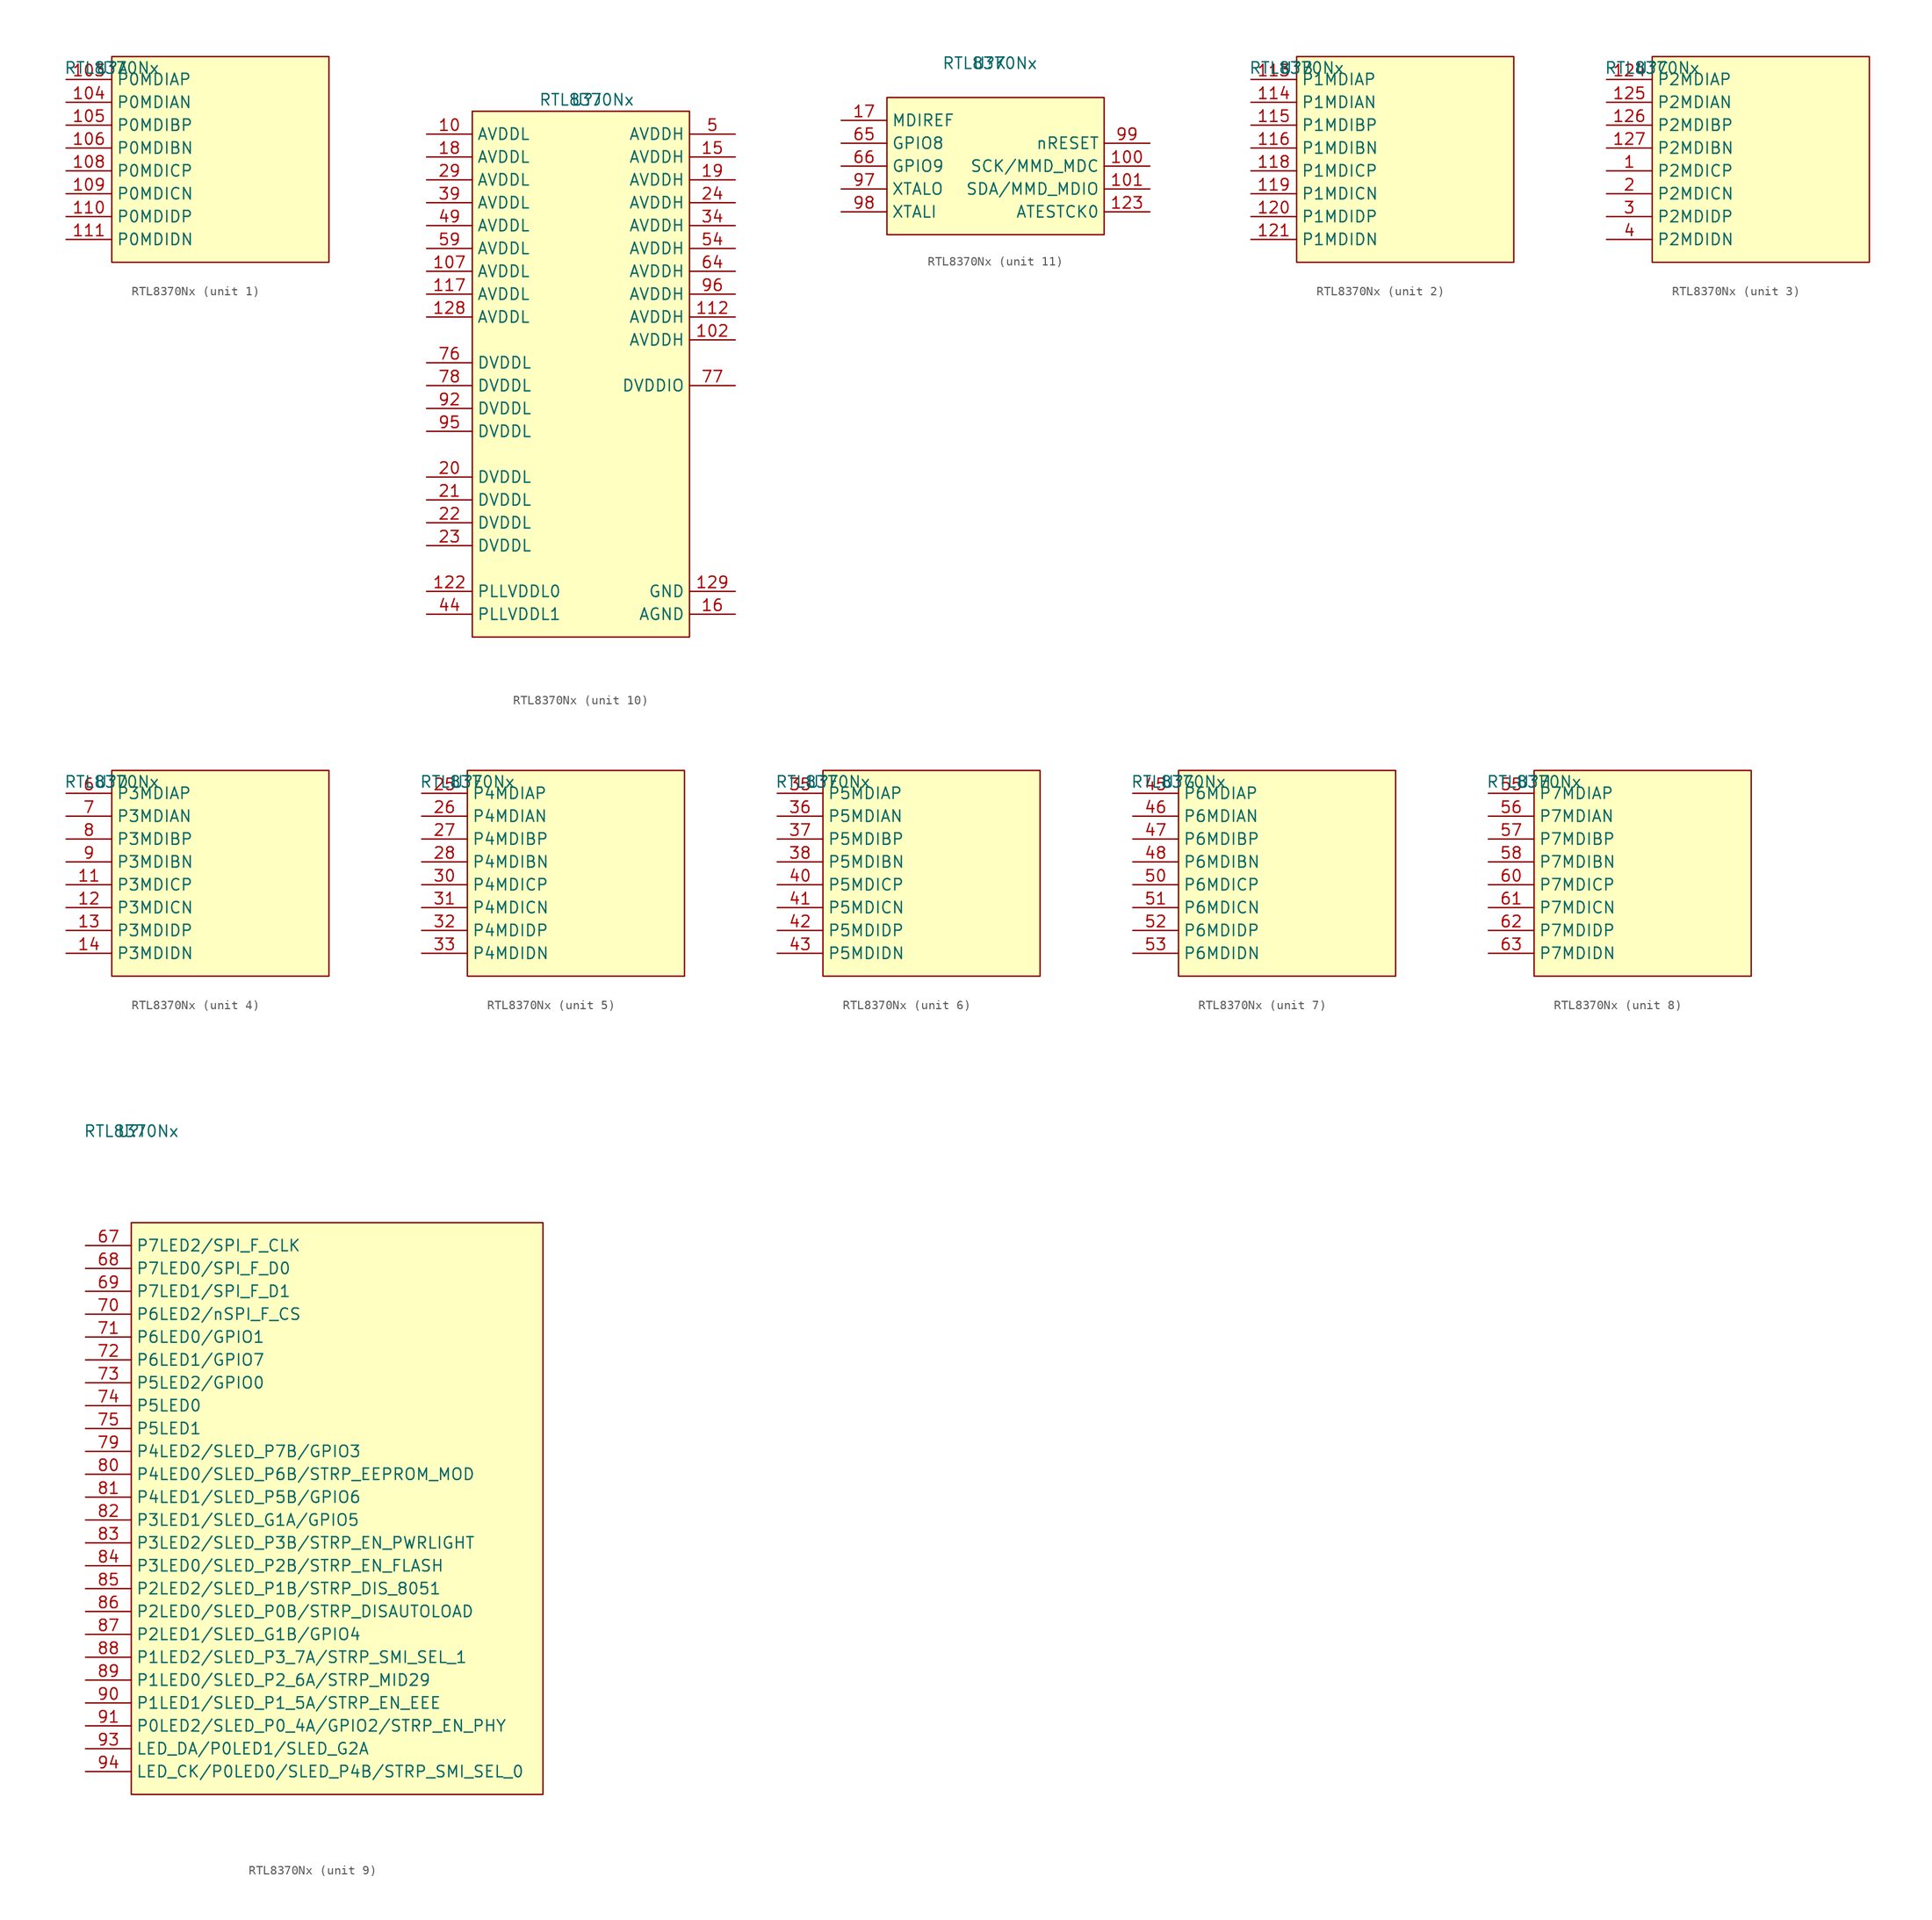
<source format=kicad_sym>
(kicad_symbol_lib
  (version 20231120)
  (generator "kicad_symbol_editor")
  (generator_version "8.0")
  (symbol "RTL8370Nx"
    (property "Reference" "U"
      (at 0 10.16 0)
      (effects (font (size 1.27 1.27))))
    (property "Value" "RTL8370Nx"
      (at 0 10.16 0)
      (effects (font (size 1.27 1.27))))
    (property "ki_locked" ""
      (at 0 0 0)
      (effects (font (size 1.27 1.27))))
    (symbol "RTL8370Nx_1_0"
      (pin bidirectional line (at -5.08 8.89 0) (length 5.08) (name "P0MDIAP" (effects (font (size 1.27 1.27)))) (number "103" (effects (font (size 1.27 1.27)))))
      (pin bidirectional line (at -5.08 6.35 0) (length 5.08) (name "P0MDIAN" (effects (font (size 1.27 1.27)))) (number "104" (effects (font (size 1.27 1.27)))))
      (pin bidirectional line (at -5.08 3.81 0) (length 5.08) (name "P0MDIBP" (effects (font (size 1.27 1.27)))) (number "105" (effects (font (size 1.27 1.27)))))
      (pin bidirectional line (at -5.08 1.27 0) (length 5.08) (name "P0MDIBN" (effects (font (size 1.27 1.27)))) (number "106" (effects (font (size 1.27 1.27)))))
      (pin bidirectional line (at -5.08 -1.27 0) (length 5.08) (name "P0MDICP" (effects (font (size 1.27 1.27)))) (number "108" (effects (font (size 1.27 1.27)))))
      (pin bidirectional line (at -5.08 -3.81 0) (length 5.08) (name "P0MDICN" (effects (font (size 1.27 1.27)))) (number "109" (effects (font (size 1.27 1.27)))))
      (pin bidirectional line (at -5.08 -6.35 0) (length 5.08) (name "P0MDIDP" (effects (font (size 1.27 1.27)))) (number "110" (effects (font (size 1.27 1.27)))))
      (pin bidirectional line (at -5.08 -8.89 0) (length 5.08) (name "P0MDIDN" (effects (font (size 1.27 1.27)))) (number "111" (effects (font (size 1.27 1.27))))))
    (symbol "RTL8370Nx_1_1"
      (rectangle (start 0 11.43) (end 24.13 -11.43) (stroke (width 0) (type default)) (fill (type background))))
    (symbol "RTL8370Nx_2_0"
      (pin bidirectional line (at -5.08 8.89 0) (length 5.08) (name "P1MDIAP" (effects (font (size 1.27 1.27)))) (number "113" (effects (font (size 1.27 1.27)))))
      (pin bidirectional line (at -5.08 6.35 0) (length 5.08) (name "P1MDIAN" (effects (font (size 1.27 1.27)))) (number "114" (effects (font (size 1.27 1.27)))))
      (pin bidirectional line (at -5.08 3.81 0) (length 5.08) (name "P1MDIBP" (effects (font (size 1.27 1.27)))) (number "115" (effects (font (size 1.27 1.27)))))
      (pin bidirectional line (at -5.08 1.27 0) (length 5.08) (name "P1MDIBN" (effects (font (size 1.27 1.27)))) (number "116" (effects (font (size 1.27 1.27)))))
      (pin bidirectional line (at -5.08 -1.27 0) (length 5.08) (name "P1MDICP" (effects (font (size 1.27 1.27)))) (number "118" (effects (font (size 1.27 1.27)))))
      (pin bidirectional line (at -5.08 -3.81 0) (length 5.08) (name "P1MDICN" (effects (font (size 1.27 1.27)))) (number "119" (effects (font (size 1.27 1.27)))))
      (pin bidirectional line (at -5.08 -6.35 0) (length 5.08) (name "P1MDIDP" (effects (font (size 1.27 1.27)))) (number "120" (effects (font (size 1.27 1.27)))))
      (pin bidirectional line (at -5.08 -8.89 0) (length 5.08) (name "P1MDIDN" (effects (font (size 1.27 1.27)))) (number "121" (effects (font (size 1.27 1.27))))))
    (symbol "RTL8370Nx_2_1"
      (rectangle (start 0 11.43) (end 24.13 -11.43) (stroke (width 0) (type default)) (fill (type background))))
    (symbol "RTL8370Nx_3_0"
      (pin bidirectional line (at -5.08 -1.27 0) (length 5.08) (name "P2MDICP" (effects (font (size 1.27 1.27)))) (number "1" (effects (font (size 1.27 1.27)))))
      (pin bidirectional line (at -5.08 8.89 0) (length 5.08) (name "P2MDIAP" (effects (font (size 1.27 1.27)))) (number "124" (effects (font (size 1.27 1.27)))))
      (pin bidirectional line (at -5.08 6.35 0) (length 5.08) (name "P2MDIAN" (effects (font (size 1.27 1.27)))) (number "125" (effects (font (size 1.27 1.27)))))
      (pin bidirectional line (at -5.08 3.81 0) (length 5.08) (name "P2MDIBP" (effects (font (size 1.27 1.27)))) (number "126" (effects (font (size 1.27 1.27)))))
      (pin bidirectional line (at -5.08 1.27 0) (length 5.08) (name "P2MDIBN" (effects (font (size 1.27 1.27)))) (number "127" (effects (font (size 1.27 1.27)))))
      (pin bidirectional line (at -5.08 -3.81 0) (length 5.08) (name "P2MDICN" (effects (font (size 1.27 1.27)))) (number "2" (effects (font (size 1.27 1.27)))))
      (pin bidirectional line (at -5.08 -6.35 0) (length 5.08) (name "P2MDIDP" (effects (font (size 1.27 1.27)))) (number "3" (effects (font (size 1.27 1.27)))))
      (pin bidirectional line (at -5.08 -8.89 0) (length 5.08) (name "P2MDIDN" (effects (font (size 1.27 1.27)))) (number "4" (effects (font (size 1.27 1.27))))))
    (symbol "RTL8370Nx_3_1"
      (rectangle (start 0 11.43) (end 24.13 -11.43) (stroke (width 0) (type default)) (fill (type background))))
    (symbol "RTL8370Nx_4_0"
      (pin bidirectional line (at -5.08 -1.27 0) (length 5.08) (name "P3MDICP" (effects (font (size 1.27 1.27)))) (number "11" (effects (font (size 1.27 1.27)))))
      (pin bidirectional line (at -5.08 -3.81 0) (length 5.08) (name "P3MDICN" (effects (font (size 1.27 1.27)))) (number "12" (effects (font (size 1.27 1.27)))))
      (pin bidirectional line (at -5.08 -6.35 0) (length 5.08) (name "P3MDIDP" (effects (font (size 1.27 1.27)))) (number "13" (effects (font (size 1.27 1.27)))))
      (pin bidirectional line (at -5.08 -8.89 0) (length 5.08) (name "P3MDIDN" (effects (font (size 1.27 1.27)))) (number "14" (effects (font (size 1.27 1.27)))))
      (pin bidirectional line (at -5.08 8.89 0) (length 5.08) (name "P3MDIAP" (effects (font (size 1.27 1.27)))) (number "6" (effects (font (size 1.27 1.27)))))
      (pin bidirectional line (at -5.08 6.35 0) (length 5.08) (name "P3MDIAN" (effects (font (size 1.27 1.27)))) (number "7" (effects (font (size 1.27 1.27)))))
      (pin bidirectional line (at -5.08 3.81 0) (length 5.08) (name "P3MDIBP" (effects (font (size 1.27 1.27)))) (number "8" (effects (font (size 1.27 1.27)))))
      (pin bidirectional line (at -5.08 1.27 0) (length 5.08) (name "P3MDIBN" (effects (font (size 1.27 1.27)))) (number "9" (effects (font (size 1.27 1.27))))))
    (symbol "RTL8370Nx_4_1"
      (rectangle (start 0 11.43) (end 24.13 -11.43) (stroke (width 0) (type default)) (fill (type background))))
    (symbol "RTL8370Nx_5_0"
      (pin bidirectional line (at -5.08 8.89 0) (length 5.08) (name "P4MDIAP" (effects (font (size 1.27 1.27)))) (number "25" (effects (font (size 1.27 1.27)))))
      (pin bidirectional line (at -5.08 6.35 0) (length 5.08) (name "P4MDIAN" (effects (font (size 1.27 1.27)))) (number "26" (effects (font (size 1.27 1.27)))))
      (pin bidirectional line (at -5.08 3.81 0) (length 5.08) (name "P4MDIBP" (effects (font (size 1.27 1.27)))) (number "27" (effects (font (size 1.27 1.27)))))
      (pin bidirectional line (at -5.08 1.27 0) (length 5.08) (name "P4MDIBN" (effects (font (size 1.27 1.27)))) (number "28" (effects (font (size 1.27 1.27)))))
      (pin bidirectional line (at -5.08 -1.27 0) (length 5.08) (name "P4MDICP" (effects (font (size 1.27 1.27)))) (number "30" (effects (font (size 1.27 1.27)))))
      (pin bidirectional line (at -5.08 -3.81 0) (length 5.08) (name "P4MDICN" (effects (font (size 1.27 1.27)))) (number "31" (effects (font (size 1.27 1.27)))))
      (pin bidirectional line (at -5.08 -6.35 0) (length 5.08) (name "P4MDIDP" (effects (font (size 1.27 1.27)))) (number "32" (effects (font (size 1.27 1.27)))))
      (pin bidirectional line (at -5.08 -8.89 0) (length 5.08) (name "P4MDIDN" (effects (font (size 1.27 1.27)))) (number "33" (effects (font (size 1.27 1.27))))))
    (symbol "RTL8370Nx_5_1"
      (rectangle (start 0 11.43) (end 24.13 -11.43) (stroke (width 0) (type default)) (fill (type background))))
    (symbol "RTL8370Nx_6_0"
      (pin bidirectional line (at -5.08 8.89 0) (length 5.08) (name "P5MDIAP" (effects (font (size 1.27 1.27)))) (number "35" (effects (font (size 1.27 1.27)))))
      (pin bidirectional line (at -5.08 6.35 0) (length 5.08) (name "P5MDIAN" (effects (font (size 1.27 1.27)))) (number "36" (effects (font (size 1.27 1.27)))))
      (pin bidirectional line (at -5.08 3.81 0) (length 5.08) (name "P5MDIBP" (effects (font (size 1.27 1.27)))) (number "37" (effects (font (size 1.27 1.27)))))
      (pin bidirectional line (at -5.08 1.27 0) (length 5.08) (name "P5MDIBN" (effects (font (size 1.27 1.27)))) (number "38" (effects (font (size 1.27 1.27)))))
      (pin bidirectional line (at -5.08 -1.27 0) (length 5.08) (name "P5MDICP" (effects (font (size 1.27 1.27)))) (number "40" (effects (font (size 1.27 1.27)))))
      (pin bidirectional line (at -5.08 -3.81 0) (length 5.08) (name "P5MDICN" (effects (font (size 1.27 1.27)))) (number "41" (effects (font (size 1.27 1.27)))))
      (pin bidirectional line (at -5.08 -6.35 0) (length 5.08) (name "P5MDIDP" (effects (font (size 1.27 1.27)))) (number "42" (effects (font (size 1.27 1.27)))))
      (pin bidirectional line (at -5.08 -8.89 0) (length 5.08) (name "P5MDIDN" (effects (font (size 1.27 1.27)))) (number "43" (effects (font (size 1.27 1.27))))))
    (symbol "RTL8370Nx_6_1"
      (rectangle (start 0 11.43) (end 24.13 -11.43) (stroke (width 0) (type default)) (fill (type background))))
    (symbol "RTL8370Nx_7_0"
      (pin bidirectional line (at -5.08 8.89 0) (length 5.08) (name "P6MDIAP" (effects (font (size 1.27 1.27)))) (number "45" (effects (font (size 1.27 1.27)))))
      (pin bidirectional line (at -5.08 6.35 0) (length 5.08) (name "P6MDIAN" (effects (font (size 1.27 1.27)))) (number "46" (effects (font (size 1.27 1.27)))))
      (pin bidirectional line (at -5.08 3.81 0) (length 5.08) (name "P6MDIBP" (effects (font (size 1.27 1.27)))) (number "47" (effects (font (size 1.27 1.27)))))
      (pin bidirectional line (at -5.08 1.27 0) (length 5.08) (name "P6MDIBN" (effects (font (size 1.27 1.27)))) (number "48" (effects (font (size 1.27 1.27)))))
      (pin bidirectional line (at -5.08 -1.27 0) (length 5.08) (name "P6MDICP" (effects (font (size 1.27 1.27)))) (number "50" (effects (font (size 1.27 1.27)))))
      (pin bidirectional line (at -5.08 -3.81 0) (length 5.08) (name "P6MDICN" (effects (font (size 1.27 1.27)))) (number "51" (effects (font (size 1.27 1.27)))))
      (pin bidirectional line (at -5.08 -6.35 0) (length 5.08) (name "P6MDIDP" (effects (font (size 1.27 1.27)))) (number "52" (effects (font (size 1.27 1.27)))))
      (pin bidirectional line (at -5.08 -8.89 0) (length 5.08) (name "P6MDIDN" (effects (font (size 1.27 1.27)))) (number "53" (effects (font (size 1.27 1.27))))))
    (symbol "RTL8370Nx_7_1"
      (rectangle (start 0 11.43) (end 24.13 -11.43) (stroke (width 0) (type default)) (fill (type background))))
    (symbol "RTL8370Nx_8_0"
      (pin bidirectional line (at -5.08 8.89 0) (length 5.08) (name "P7MDIAP" (effects (font (size 1.27 1.27)))) (number "55" (effects (font (size 1.27 1.27)))))
      (pin bidirectional line (at -5.08 6.35 0) (length 5.08) (name "P7MDIAN" (effects (font (size 1.27 1.27)))) (number "56" (effects (font (size 1.27 1.27)))))
      (pin bidirectional line (at -5.08 3.81 0) (length 5.08) (name "P7MDIBP" (effects (font (size 1.27 1.27)))) (number "57" (effects (font (size 1.27 1.27)))))
      (pin bidirectional line (at -5.08 1.27 0) (length 5.08) (name "P7MDIBN" (effects (font (size 1.27 1.27)))) (number "58" (effects (font (size 1.27 1.27)))))
      (pin bidirectional line (at -5.08 -1.27 0) (length 5.08) (name "P7MDICP" (effects (font (size 1.27 1.27)))) (number "60" (effects (font (size 1.27 1.27)))))
      (pin bidirectional line (at -5.08 -3.81 0) (length 5.08) (name "P7MDICN" (effects (font (size 1.27 1.27)))) (number "61" (effects (font (size 1.27 1.27)))))
      (pin bidirectional line (at -5.08 -6.35 0) (length 5.08) (name "P7MDIDP" (effects (font (size 1.27 1.27)))) (number "62" (effects (font (size 1.27 1.27)))))
      (pin bidirectional line (at -5.08 -8.89 0) (length 5.08) (name "P7MDIDN" (effects (font (size 1.27 1.27)))) (number "63" (effects (font (size 1.27 1.27))))))
    (symbol "RTL8370Nx_8_1"
      (rectangle (start 0 11.43) (end 24.13 -11.43) (stroke (width 0) (type default)) (fill (type background))))
    (symbol "RTL8370Nx_9_0"
      (pin bidirectional line (at -5.08 -2.54 0) (length 5.08) (name "P7LED2/SPI_F_CLK" (effects (font (size 1.27 1.27)))) (number "67" (effects (font (size 1.27 1.27)))))
      (pin bidirectional line (at -5.08 -5.08 0) (length 5.08) (name "P7LED0/SPI_F_D0" (effects (font (size 1.27 1.27)))) (number "68" (effects (font (size 1.27 1.27)))))
      (pin bidirectional line (at -5.08 -7.62 0) (length 5.08) (name "P7LED1/SPI_F_D1" (effects (font (size 1.27 1.27)))) (number "69" (effects (font (size 1.27 1.27)))))
      (pin bidirectional line (at -5.08 -10.16 0) (length 5.08) (name "P6LED2/nSPI_F_CS" (effects (font (size 1.27 1.27)))) (number "70" (effects (font (size 1.27 1.27)))))
      (pin bidirectional line (at -5.08 -12.7 0) (length 5.08) (name "P6LED0/GPIO1" (effects (font (size 1.27 1.27)))) (number "71" (effects (font (size 1.27 1.27)))))
      (pin bidirectional line (at -5.08 -15.24 0) (length 5.08) (name "P6LED1/GPIO7" (effects (font (size 1.27 1.27)))) (number "72" (effects (font (size 1.27 1.27)))))
      (pin bidirectional line (at -5.08 -17.78 0) (length 5.08) (name "P5LED2/GPIO0" (effects (font (size 1.27 1.27)))) (number "73" (effects (font (size 1.27 1.27)))))
      (pin bidirectional line (at -5.08 -20.32 0) (length 5.08) (name "P5LED0" (effects (font (size 1.27 1.27)))) (number "74" (effects (font (size 1.27 1.27)))))
      (pin bidirectional line (at -5.08 -22.86 0) (length 5.08) (name "P5LED1" (effects (font (size 1.27 1.27)))) (number "75" (effects (font (size 1.27 1.27)))))
      (pin bidirectional line (at -5.08 -25.4 0) (length 5.08) (name "P4LED2/SLED_P7B/GPIO3" (effects (font (size 1.27 1.27)))) (number "79" (effects (font (size 1.27 1.27)))))
      (pin bidirectional line (at -5.08 -27.94 0) (length 5.08) (name "P4LED0/SLED_P6B/STRP_EEPROM_MOD" (effects (font (size 1.27 1.27)))) (number "80" (effects (font (size 1.27 1.27)))))
      (pin bidirectional line (at -5.08 -30.48 0) (length 5.08) (name "P4LED1/SLED_P5B/GPIO6" (effects (font (size 1.27 1.27)))) (number "81" (effects (font (size 1.27 1.27)))))
      (pin bidirectional line (at -5.08 -33.02 0) (length 5.08) (name "P3LED1/SLED_G1A/GPIO5" (effects (font (size 1.27 1.27)))) (number "82" (effects (font (size 1.27 1.27)))))
      (pin bidirectional line (at -5.08 -35.56 0) (length 5.08) (name "P3LED2/SLED_P3B/STRP_EN_PWRLIGHT" (effects (font (size 1.27 1.27)))) (number "83" (effects (font (size 1.27 1.27)))))
      (pin bidirectional line (at -5.08 -38.1 0) (length 5.08) (name "P3LED0/SLED_P2B/STRP_EN_FLASH" (effects (font (size 1.27 1.27)))) (number "84" (effects (font (size 1.27 1.27)))))
      (pin bidirectional line (at -5.08 -40.64 0) (length 5.08) (name "P2LED2/SLED_P1B/STRP_DIS_8051" (effects (font (size 1.27 1.27)))) (number "85" (effects (font (size 1.27 1.27)))))
      (pin bidirectional line (at -5.08 -43.18 0) (length 5.08) (name "P2LED0/SLED_P0B/STRP_DISAUTOLOAD" (effects (font (size 1.27 1.27)))) (number "86" (effects (font (size 1.27 1.27)))))
      (pin bidirectional line (at -5.08 -45.72 0) (length 5.08) (name "P2LED1/SLED_G1B/GPIO4" (effects (font (size 1.27 1.27)))) (number "87" (effects (font (size 1.27 1.27)))))
      (pin bidirectional line (at -5.08 -48.26 0) (length 5.08) (name "P1LED2/SLED_P3_7A/STRP_SMI_SEL_1" (effects (font (size 1.27 1.27)))) (number "88" (effects (font (size 1.27 1.27)))))
      (pin bidirectional line (at -5.08 -50.8 0) (length 5.08) (name "P1LED0/SLED_P2_6A/STRP_MID29" (effects (font (size 1.27 1.27)))) (number "89" (effects (font (size 1.27 1.27)))))
      (pin bidirectional line (at -5.08 -53.34 0) (length 5.08) (name "P1LED1/SLED_P1_5A/STRP_EN_EEE" (effects (font (size 1.27 1.27)))) (number "90" (effects (font (size 1.27 1.27)))))
      (pin bidirectional line (at -5.08 -55.88 0) (length 5.08) (name "P0LED2/SLED_P0_4A/GPIO2/STRP_EN_PHY" (effects (font (size 1.27 1.27)))) (number "91" (effects (font (size 1.27 1.27)))))
      (pin bidirectional line (at -5.08 -58.42 0) (length 5.08) (name "LED_DA/P0LED1/SLED_G2A" (effects (font (size 1.27 1.27)))) (number "93" (effects (font (size 1.27 1.27)))))
      (pin bidirectional line (at -5.08 -60.96 0) (length 5.08) (name "LED_CK/P0LED0/SLED_P4B/STRP_SMI_SEL_0" (effects (font (size 1.27 1.27)))) (number "94" (effects (font (size 1.27 1.27))))))
    (symbol "RTL8370Nx_9_1"
      (rectangle (start 0 0) (end 45.72 -63.5) (stroke (width 0) (type default)) (fill (type background))))
    (symbol "RTL8370Nx_10_0"
      (pin power_in line (at -17.78 6.35 0) (length 5.08) (name "AVDDL" (effects (font (size 1.27 1.27)))) (number "10" (effects (font (size 1.27 1.27)))))
      (pin power_in line (at 16.51 -16.51 180) (length 5.08) (name "AVDDH" (effects (font (size 1.27 1.27)))) (number "102" (effects (font (size 1.27 1.27)))))
      (pin power_in line (at -17.78 -8.89 0) (length 5.08) (name "AVDDL" (effects (font (size 1.27 1.27)))) (number "107" (effects (font (size 1.27 1.27)))))
      (pin power_in line (at 16.51 -13.97 180) (length 5.08) (name "AVDDH" (effects (font (size 1.27 1.27)))) (number "112" (effects (font (size 1.27 1.27)))))
      (pin power_in line (at -17.78 -11.43 0) (length 5.08) (name "AVDDL" (effects (font (size 1.27 1.27)))) (number "117" (effects (font (size 1.27 1.27)))))
      (pin power_in line (at -17.78 -44.45 0) (length 5.08) (name "PLLVDDL0" (effects (font (size 1.27 1.27)))) (number "122" (effects (font (size 1.27 1.27)))))
      (pin power_in line (at -17.78 -13.97 0) (length 5.08) (name "AVDDL" (effects (font (size 1.27 1.27)))) (number "128" (effects (font (size 1.27 1.27)))))
      (pin power_in line (at 16.51 -44.45 180) (length 5.08) (name "GND" (effects (font (size 1.27 1.27)))) (number "129" (effects (font (size 1.27 1.27)))))
      (pin power_in line (at 16.51 3.81 180) (length 5.08) (name "AVDDH" (effects (font (size 1.27 1.27)))) (number "15" (effects (font (size 1.27 1.27)))))
      (pin power_in line (at 16.51 -46.99 180) (length 5.08) (name "AGND" (effects (font (size 1.27 1.27)))) (number "16" (effects (font (size 1.27 1.27)))))
      (pin power_in line (at -17.78 3.81 0) (length 5.08) (name "AVDDL" (effects (font (size 1.27 1.27)))) (number "18" (effects (font (size 1.27 1.27)))))
      (pin power_in line (at 16.51 1.27 180) (length 5.08) (name "AVDDH" (effects (font (size 1.27 1.27)))) (number "19" (effects (font (size 1.27 1.27)))))
      (pin power_in line (at -17.78 -31.75 0) (length 5.08) (name "DVDDL" (effects (font (size 1.27 1.27)))) (number "20" (effects (font (size 1.27 1.27)))))
      (pin power_in line (at -17.78 -34.29 0) (length 5.08) (name "DVDDL" (effects (font (size 1.27 1.27)))) (number "21" (effects (font (size 1.27 1.27)))))
      (pin power_in line (at -17.78 -36.83 0) (length 5.08) (name "DVDDL" (effects (font (size 1.27 1.27)))) (number "22" (effects (font (size 1.27 1.27)))))
      (pin power_in line (at -17.78 -39.37 0) (length 5.08) (name "DVDDL" (effects (font (size 1.27 1.27)))) (number "23" (effects (font (size 1.27 1.27)))))
      (pin power_in line (at 16.51 -1.27 180) (length 5.08) (name "AVDDH" (effects (font (size 1.27 1.27)))) (number "24" (effects (font (size 1.27 1.27)))))
      (pin power_in line (at -17.78 1.27 0) (length 5.08) (name "AVDDL" (effects (font (size 1.27 1.27)))) (number "29" (effects (font (size 1.27 1.27)))))
      (pin power_in line (at 16.51 -3.81 180) (length 5.08) (name "AVDDH" (effects (font (size 1.27 1.27)))) (number "34" (effects (font (size 1.27 1.27)))))
      (pin power_in line (at -17.78 -1.27 0) (length 5.08) (name "AVDDL" (effects (font (size 1.27 1.27)))) (number "39" (effects (font (size 1.27 1.27)))))
      (pin power_in line (at -17.78 -46.99 0) (length 5.08) (name "PLLVDDL1" (effects (font (size 1.27 1.27)))) (number "44" (effects (font (size 1.27 1.27)))))
      (pin power_in line (at -17.78 -3.81 0) (length 5.08) (name "AVDDL" (effects (font (size 1.27 1.27)))) (number "49" (effects (font (size 1.27 1.27)))))
      (pin power_in line (at 16.51 6.35 180) (length 5.08) (name "AVDDH" (effects (font (size 1.27 1.27)))) (number "5" (effects (font (size 1.27 1.27)))))
      (pin power_in line (at 16.51 -6.35 180) (length 5.08) (name "AVDDH" (effects (font (size 1.27 1.27)))) (number "54" (effects (font (size 1.27 1.27)))))
      (pin power_in line (at -17.78 -6.35 0) (length 5.08) (name "AVDDL" (effects (font (size 1.27 1.27)))) (number "59" (effects (font (size 1.27 1.27)))))
      (pin power_in line (at 16.51 -8.89 180) (length 5.08) (name "AVDDH" (effects (font (size 1.27 1.27)))) (number "64" (effects (font (size 1.27 1.27)))))
      (pin power_in line (at -17.78 -19.05 0) (length 5.08) (name "DVDDL" (effects (font (size 1.27 1.27)))) (number "76" (effects (font (size 1.27 1.27)))))
      (pin power_in line (at 16.51 -21.59 180) (length 5.08) (name "DVDDIO" (effects (font (size 1.27 1.27)))) (number "77" (effects (font (size 1.27 1.27)))))
      (pin power_in line (at -17.78 -21.59 0) (length 5.08) (name "DVDDL" (effects (font (size 1.27 1.27)))) (number "78" (effects (font (size 1.27 1.27)))))
      (pin power_in line (at -17.78 -24.13 0) (length 5.08) (name "DVDDL" (effects (font (size 1.27 1.27)))) (number "92" (effects (font (size 1.27 1.27)))))
      (pin power_in line (at -17.78 -26.67 0) (length 5.08) (name "DVDDL" (effects (font (size 1.27 1.27)))) (number "95" (effects (font (size 1.27 1.27)))))
      (pin power_in line (at 16.51 -11.43 180) (length 5.08) (name "AVDDH" (effects (font (size 1.27 1.27)))) (number "96" (effects (font (size 1.27 1.27))))))
    (symbol "RTL8370Nx_10_1"
      (rectangle (start -12.7 8.89) (end 11.43 -49.53) (stroke (width 0) (type default)) (fill (type background))))
    (symbol "RTL8370Nx_11_0"
      (pin bidirectional line (at 17.78 -1.27 180) (length 5.08) (name "SCK/MMD_MDC" (effects (font (size 1.27 1.27)))) (number "100" (effects (font (size 1.27 1.27)))))
      (pin bidirectional line (at 17.78 -3.81 180) (length 5.08) (name "SDA/MMD_MDIO" (effects (font (size 1.27 1.27)))) (number "101" (effects (font (size 1.27 1.27)))))
      (pin output line (at 17.78 -6.35 180) (length 5.08) (name "ATESTCK0" (effects (font (size 1.27 1.27)))) (number "123" (effects (font (size 1.27 1.27)))))
      (pin output line (at -16.51 3.81 0) (length 5.08) (name "MDIREF" (effects (font (size 1.27 1.27)))) (number "17" (effects (font (size 1.27 1.27)))))
      (pin bidirectional line (at -16.51 1.27 0) (length 5.08) (name "GPIO8" (effects (font (size 1.27 1.27)))) (number "65" (effects (font (size 1.27 1.27)))))
      (pin bidirectional line (at -16.51 -1.27 0) (length 5.08) (name "GPIO9" (effects (font (size 1.27 1.27)))) (number "66" (effects (font (size 1.27 1.27)))))
      (pin output line (at -16.51 -3.81 0) (length 5.08) (name "XTALO" (effects (font (size 1.27 1.27)))) (number "97" (effects (font (size 1.27 1.27)))))
      (pin output line (at -16.51 -6.35 0) (length 5.08) (name "XTALI" (effects (font (size 1.27 1.27)))) (number "98" (effects (font (size 1.27 1.27)))))
      (pin input line (at 17.78 1.27 180) (length 5.08) (name "nRESET" (effects (font (size 1.27 1.27)))) (number "99" (effects (font (size 1.27 1.27))))))
    (symbol "RTL8370Nx_11_1"
      (rectangle (start -11.43 6.35) (end 12.7 -8.89) (stroke (width 0) (type default)) (fill (type background))))))
</source>
